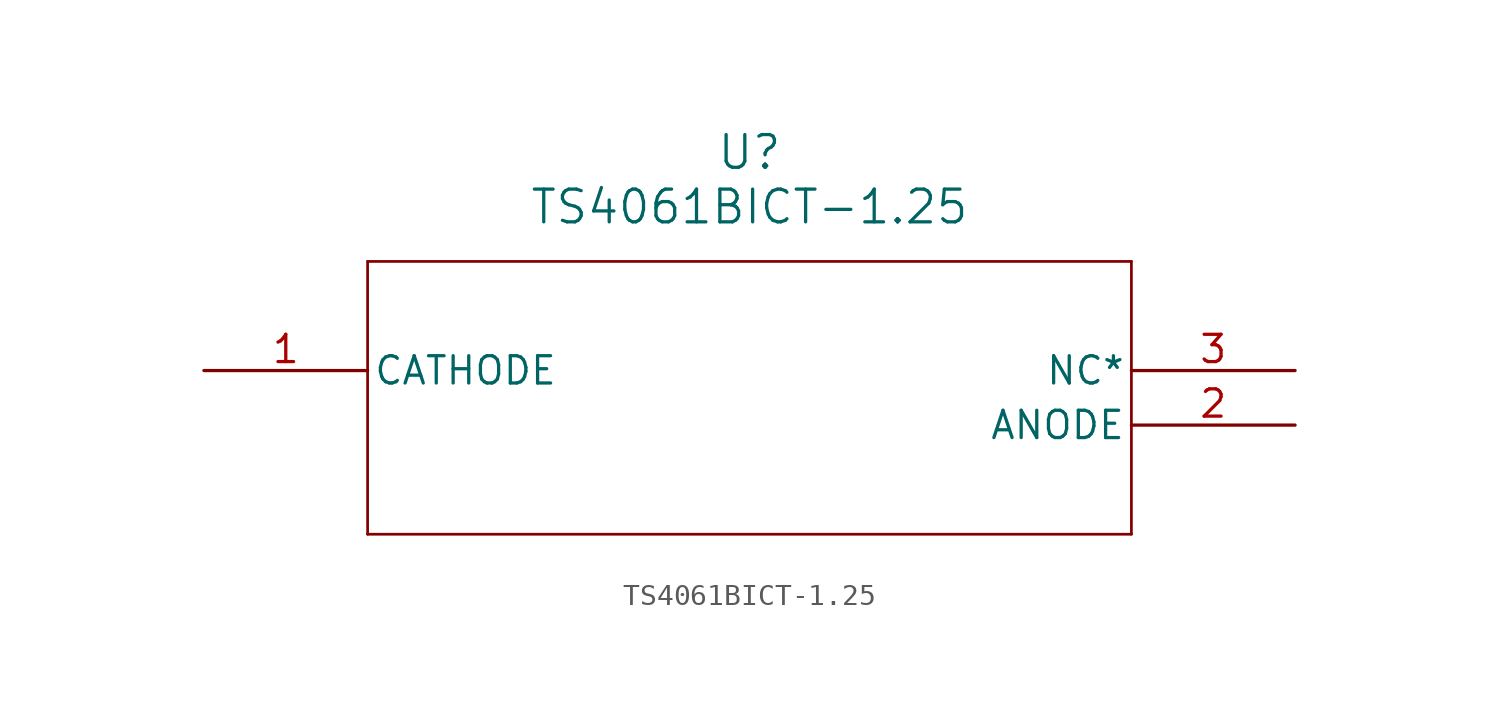
<source format=kicad_sym>
(kicad_symbol_lib
  (version 20211014)
  (generator kicad_symbol_editor)
  (symbol "TS4061BICT-1.25"
    (pin_names
      (offset 0.254))
    (property "Reference" "U"
      (at 25.4 10.16 0)
      (effects (font (size 1.524 1.524))))
    (property "Value" "TS4061BICT-1.25"
      (at 25.4 7.62 0)
      (effects (font (size 1.524 1.524))))
    (symbol "TS4061BICT-1.25_0_1"
      (polyline (pts (xy 7.62 5.08) (xy 7.62 -7.62)) (stroke (width 0.127) (type default) (color 0 0 0 0)) (fill (type none)))
      (polyline (pts (xy 7.62 -7.62) (xy 43.18 -7.62)) (stroke (width 0.127) (type default) (color 0 0 0 0)) (fill (type none)))
      (polyline (pts (xy 43.18 -7.62) (xy 43.18 5.08)) (stroke (width 0.127) (type default) (color 0 0 0 0)) (fill (type none)))
      (polyline (pts (xy 43.18 5.08) (xy 7.62 5.08)) (stroke (width 0.127) (type default) (color 0 0 0 0)) (fill (type none)))
      (pin unspecified line (at 0 0 0) (length 7.62) (name "CATHODE" (effects (font (size 1.27 1.27)))) (number "1" (effects (font (size 1.27 1.27)))))
      (pin unspecified line (at 50.8 -2.54 180) (length 7.62) (name "ANODE" (effects (font (size 1.27 1.27)))) (number "2" (effects (font (size 1.27 1.27)))))
      (pin unspecified line (at 50.8 0 180) (length 7.62) (name "NC*" (effects (font (size 1.27 1.27)))) (number "3" (effects (font (size 1.27 1.27))))))))
</source>
